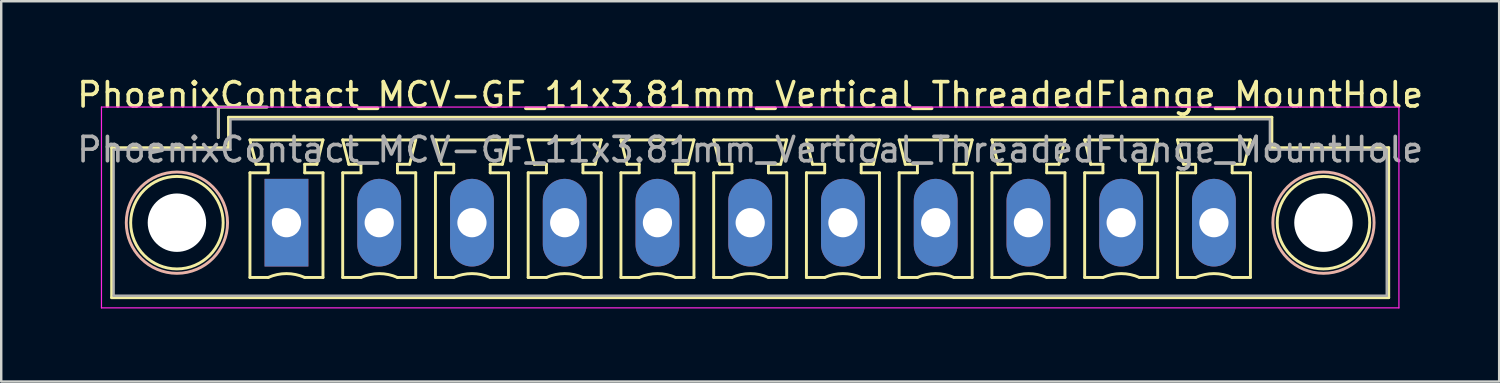
<source format=kicad_pcb>
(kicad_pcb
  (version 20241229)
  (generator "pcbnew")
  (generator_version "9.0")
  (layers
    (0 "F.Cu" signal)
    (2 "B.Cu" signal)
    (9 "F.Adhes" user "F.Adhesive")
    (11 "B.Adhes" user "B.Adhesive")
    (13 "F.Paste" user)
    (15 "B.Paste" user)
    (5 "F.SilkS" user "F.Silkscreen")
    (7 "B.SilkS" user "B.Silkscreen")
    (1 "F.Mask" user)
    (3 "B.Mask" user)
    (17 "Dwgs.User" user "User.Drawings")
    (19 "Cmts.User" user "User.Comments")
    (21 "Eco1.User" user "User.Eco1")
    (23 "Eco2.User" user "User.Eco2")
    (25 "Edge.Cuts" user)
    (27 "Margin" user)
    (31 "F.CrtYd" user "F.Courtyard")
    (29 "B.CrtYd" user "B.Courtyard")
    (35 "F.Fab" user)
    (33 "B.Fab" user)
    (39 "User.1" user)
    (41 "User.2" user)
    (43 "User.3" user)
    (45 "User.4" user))
  (footprint "PhoenixContact_MCV-GF_11x3.81mm_Vertical_ThreadedFlange_MountHole"
    (layer "F.Cu")
    (at 8.718 6.098)
    (property "Reference" "PhoenixContact_MCV-GF_11x3.81mm_Vertical_ThreadedFlange_MountHole" (at 19.05 -5.25 0) (layer "F.SilkS") (effects (font (size 1 1) (thickness 0.15))))
    (attr through_hole)
    (fp_line (start -7.18 -3.08) (end -7.18 3.08) (stroke (width 0.12) (type solid)) (layer "F.SilkS"))
    (fp_line (start -7.18 3.08) (end 45.28 3.08) (stroke (width 0.12) (type solid)) (layer "F.SilkS"))
    (fp_line (start -2.8 -4.75) (end -0.8 -4.75) (stroke (width 0.12) (type solid)) (layer "F.SilkS"))
    (fp_line (start -2.8 -3.5) (end -2.8 -4.75) (stroke (width 0.12) (type solid)) (layer "F.SilkS"))
    (fp_line (start -2.38 -4.33) (end -2.38 -3.08) (stroke (width 0.12) (type solid)) (layer "F.SilkS"))
    (fp_line (start -2.38 -3.08) (end -7.18 -3.08) (stroke (width 0.12) (type solid)) (layer "F.SilkS"))
    (fp_line (start -1.5 -3.4) (end 1.5 -3.4) (stroke (width 0.12) (type solid)) (layer "F.SilkS"))
    (fp_line (start -1.5 -2.05) (end -0.75 -2.05) (stroke (width 0.12) (type solid)) (layer "F.SilkS"))
    (fp_line (start -1.5 2.25) (end -1.5 -2.05) (stroke (width 0.12) (type solid)) (layer "F.SilkS"))
    (fp_line (start -1.25 -2.4) (end -1.5 -3.4) (stroke (width 0.12) (type solid)) (layer "F.SilkS"))
    (fp_line (start -0.75 -2.4) (end -1.25 -2.4) (stroke (width 0.12) (type solid)) (layer "F.SilkS"))
    (fp_line (start -0.75 -2.05) (end -0.75 -2.4) (stroke (width 0.12) (type solid)) (layer "F.SilkS"))
    (fp_line (start -0.75 2.25) (end -1.5 2.25) (stroke (width 0.12) (type solid)) (layer "F.SilkS"))
    (fp_line (start 0.75 -2.4) (end 0.75 -2.05) (stroke (width 0.12) (type solid)) (layer "F.SilkS"))
    (fp_line (start 0.75 -2.05) (end 1.5 -2.05) (stroke (width 0.12) (type solid)) (layer "F.SilkS"))
    (fp_line (start 1.25 -2.4) (end 0.75 -2.4) (stroke (width 0.12) (type solid)) (layer "F.SilkS"))
    (fp_line (start 1.5 -3.4) (end 1.25 -2.4) (stroke (width 0.12) (type solid)) (layer "F.SilkS"))
    (fp_line (start 1.5 -2.05) (end 1.5 2.25) (stroke (width 0.12) (type solid)) (layer "F.SilkS"))
    (fp_line (start 1.5 2.25) (end 0.75 2.25) (stroke (width 0.12) (type solid)) (layer "F.SilkS"))
    (fp_line (start 2.31 -3.4) (end 5.31 -3.4) (stroke (width 0.12) (type solid)) (layer "F.SilkS"))
    (fp_line (start 2.31 -2.05) (end 3.06 -2.05) (stroke (width 0.12) (type solid)) (layer "F.SilkS"))
    (fp_line (start 2.31 2.25) (end 2.31 -2.05) (stroke (width 0.12) (type solid)) (layer "F.SilkS"))
    (fp_line (start 2.56 -2.4) (end 2.31 -3.4) (stroke (width 0.12) (type solid)) (layer "F.SilkS"))
    (fp_line (start 3.06 -2.4) (end 2.56 -2.4) (stroke (width 0.12) (type solid)) (layer "F.SilkS"))
    (fp_line (start 3.06 -2.05) (end 3.06 -2.4) (stroke (width 0.12) (type solid)) (layer "F.SilkS"))
    (fp_line (start 3.06 2.25) (end 2.31 2.25) (stroke (width 0.12) (type solid)) (layer "F.SilkS"))
    (fp_line (start 4.56 -2.4) (end 4.56 -2.05) (stroke (width 0.12) (type solid)) (layer "F.SilkS"))
    (fp_line (start 4.56 -2.05) (end 5.31 -2.05) (stroke (width 0.12) (type solid)) (layer "F.SilkS"))
    (fp_line (start 5.06 -2.4) (end 4.56 -2.4) (stroke (width 0.12) (type solid)) (layer "F.SilkS"))
    (fp_line (start 5.31 -3.4) (end 5.06 -2.4) (stroke (width 0.12) (type solid)) (layer "F.SilkS"))
    (fp_line (start 5.31 -2.05) (end 5.31 2.25) (stroke (width 0.12) (type solid)) (layer "F.SilkS"))
    (fp_line (start 5.31 2.25) (end 4.56 2.25) (stroke (width 0.12) (type solid)) (layer "F.SilkS"))
    (fp_line (start 6.12 -3.4) (end 9.12 -3.4) (stroke (width 0.12) (type solid)) (layer "F.SilkS"))
    (fp_line (start 6.12 -2.05) (end 6.87 -2.05) (stroke (width 0.12) (type solid)) (layer "F.SilkS"))
    (fp_line (start 6.12 2.25) (end 6.12 -2.05) (stroke (width 0.12) (type solid)) (layer "F.SilkS"))
    (fp_line (start 6.37 -2.4) (end 6.12 -3.4) (stroke (width 0.12) (type solid)) (layer "F.SilkS"))
    (fp_line (start 6.87 -2.4) (end 6.37 -2.4) (stroke (width 0.12) (type solid)) (layer "F.SilkS"))
    (fp_line (start 6.87 -2.05) (end 6.87 -2.4) (stroke (width 0.12) (type solid)) (layer "F.SilkS"))
    (fp_line (start 6.87 2.25) (end 6.12 2.25) (stroke (width 0.12) (type solid)) (layer "F.SilkS"))
    (fp_line (start 8.37 -2.4) (end 8.37 -2.05) (stroke (width 0.12) (type solid)) (layer "F.SilkS"))
    (fp_line (start 8.37 -2.05) (end 9.12 -2.05) (stroke (width 0.12) (type solid)) (layer "F.SilkS"))
    (fp_line (start 8.87 -2.4) (end 8.37 -2.4) (stroke (width 0.12) (type solid)) (layer "F.SilkS"))
    (fp_line (start 9.12 -3.4) (end 8.87 -2.4) (stroke (width 0.12) (type solid)) (layer "F.SilkS"))
    (fp_line (start 9.12 -2.05) (end 9.12 2.25) (stroke (width 0.12) (type solid)) (layer "F.SilkS"))
    (fp_line (start 9.12 2.25) (end 8.37 2.25) (stroke (width 0.12) (type solid)) (layer "F.SilkS"))
    (fp_line (start 9.93 -3.4) (end 12.93 -3.4) (stroke (width 0.12) (type solid)) (layer "F.SilkS"))
    (fp_line (start 9.93 -2.05) (end 10.68 -2.05) (stroke (width 0.12) (type solid)) (layer "F.SilkS"))
    (fp_line (start 9.93 2.25) (end 9.93 -2.05) (stroke (width 0.12) (type solid)) (layer "F.SilkS"))
    (fp_line (start 10.18 -2.4) (end 9.93 -3.4) (stroke (width 0.12) (type solid)) (layer "F.SilkS"))
    (fp_line (start 10.68 -2.4) (end 10.18 -2.4) (stroke (width 0.12) (type solid)) (layer "F.SilkS"))
    (fp_line (start 10.68 -2.05) (end 10.68 -2.4) (stroke (width 0.12) (type solid)) (layer "F.SilkS"))
    (fp_line (start 10.68 2.25) (end 9.93 2.25) (stroke (width 0.12) (type solid)) (layer "F.SilkS"))
    (fp_line (start 12.18 -2.4) (end 12.18 -2.05) (stroke (width 0.12) (type solid)) (layer "F.SilkS"))
    (fp_line (start 12.18 -2.05) (end 12.93 -2.05) (stroke (width 0.12) (type solid)) (layer "F.SilkS"))
    (fp_line (start 12.68 -2.4) (end 12.18 -2.4) (stroke (width 0.12) (type solid)) (layer "F.SilkS"))
    (fp_line (start 12.93 -3.4) (end 12.68 -2.4) (stroke (width 0.12) (type solid)) (layer "F.SilkS"))
    (fp_line (start 12.93 -2.05) (end 12.93 2.25) (stroke (width 0.12) (type solid)) (layer "F.SilkS"))
    (fp_line (start 12.93 2.25) (end 12.18 2.25) (stroke (width 0.12) (type solid)) (layer "F.SilkS"))
    (fp_line (start 13.74 -3.4) (end 16.74 -3.4) (stroke (width 0.12) (type solid)) (layer "F.SilkS"))
    (fp_line (start 13.74 -2.05) (end 14.49 -2.05) (stroke (width 0.12) (type solid)) (layer "F.SilkS"))
    (fp_line (start 13.74 2.25) (end 13.74 -2.05) (stroke (width 0.12) (type solid)) (layer "F.SilkS"))
    (fp_line (start 13.99 -2.4) (end 13.74 -3.4) (stroke (width 0.12) (type solid)) (layer "F.SilkS"))
    (fp_line (start 14.49 -2.4) (end 13.99 -2.4) (stroke (width 0.12) (type solid)) (layer "F.SilkS"))
    (fp_line (start 14.49 -2.05) (end 14.49 -2.4) (stroke (width 0.12) (type solid)) (layer "F.SilkS"))
    (fp_line (start 14.49 2.25) (end 13.74 2.25) (stroke (width 0.12) (type solid)) (layer "F.SilkS"))
    (fp_line (start 15.99 -2.4) (end 15.99 -2.05) (stroke (width 0.12) (type solid)) (layer "F.SilkS"))
    (fp_line (start 15.99 -2.05) (end 16.74 -2.05) (stroke (width 0.12) (type solid)) (layer "F.SilkS"))
    (fp_line (start 16.49 -2.4) (end 15.99 -2.4) (stroke (width 0.12) (type solid)) (layer "F.SilkS"))
    (fp_line (start 16.74 -3.4) (end 16.49 -2.4) (stroke (width 0.12) (type solid)) (layer "F.SilkS"))
    (fp_line (start 16.74 -2.05) (end 16.74 2.25) (stroke (width 0.12) (type solid)) (layer "F.SilkS"))
    (fp_line (start 16.74 2.25) (end 15.99 2.25) (stroke (width 0.12) (type solid)) (layer "F.SilkS"))
    (fp_line (start 17.55 -3.4) (end 20.55 -3.4) (stroke (width 0.12) (type solid)) (layer "F.SilkS"))
    (fp_line (start 17.55 -2.05) (end 18.3 -2.05) (stroke (width 0.12) (type solid)) (layer "F.SilkS"))
    (fp_line (start 17.55 2.25) (end 17.55 -2.05) (stroke (width 0.12) (type solid)) (layer "F.SilkS"))
    (fp_line (start 17.8 -2.4) (end 17.55 -3.4) (stroke (width 0.12) (type solid)) (layer "F.SilkS"))
    (fp_line (start 18.3 -2.4) (end 17.8 -2.4) (stroke (width 0.12) (type solid)) (layer "F.SilkS"))
    (fp_line (start 18.3 -2.05) (end 18.3 -2.4) (stroke (width 0.12) (type solid)) (layer "F.SilkS"))
    (fp_line (start 18.3 2.25) (end 17.55 2.25) (stroke (width 0.12) (type solid)) (layer "F.SilkS"))
    (fp_line (start 19.8 -2.4) (end 19.8 -2.05) (stroke (width 0.12) (type solid)) (layer "F.SilkS"))
    (fp_line (start 19.8 -2.05) (end 20.55 -2.05) (stroke (width 0.12) (type solid)) (layer "F.SilkS"))
    (fp_line (start 20.3 -2.4) (end 19.8 -2.4) (stroke (width 0.12) (type solid)) (layer "F.SilkS"))
    (fp_line (start 20.55 -3.4) (end 20.3 -2.4) (stroke (width 0.12) (type solid)) (layer "F.SilkS"))
    (fp_line (start 20.55 -2.05) (end 20.55 2.25) (stroke (width 0.12) (type solid)) (layer "F.SilkS"))
    (fp_line (start 20.55 2.25) (end 19.8 2.25) (stroke (width 0.12) (type solid)) (layer "F.SilkS"))
    (fp_line (start 21.36 -3.4) (end 24.36 -3.4) (stroke (width 0.12) (type solid)) (layer "F.SilkS"))
    (fp_line (start 21.36 -2.05) (end 22.11 -2.05) (stroke (width 0.12) (type solid)) (layer "F.SilkS"))
    (fp_line (start 21.36 2.25) (end 21.36 -2.05) (stroke (width 0.12) (type solid)) (layer "F.SilkS"))
    (fp_line (start 21.61 -2.4) (end 21.36 -3.4) (stroke (width 0.12) (type solid)) (layer "F.SilkS"))
    (fp_line (start 22.11 -2.4) (end 21.61 -2.4) (stroke (width 0.12) (type solid)) (layer "F.SilkS"))
    (fp_line (start 22.11 -2.05) (end 22.11 -2.4) (stroke (width 0.12) (type solid)) (layer "F.SilkS"))
    (fp_line (start 22.11 2.25) (end 21.36 2.25) (stroke (width 0.12) (type solid)) (layer "F.SilkS"))
    (fp_line (start 23.61 -2.4) (end 23.61 -2.05) (stroke (width 0.12) (type solid)) (layer "F.SilkS"))
    (fp_line (start 23.61 -2.05) (end 24.36 -2.05) (stroke (width 0.12) (type solid)) (layer "F.SilkS"))
    (fp_line (start 24.11 -2.4) (end 23.61 -2.4) (stroke (width 0.12) (type solid)) (layer "F.SilkS"))
    (fp_line (start 24.36 -3.4) (end 24.11 -2.4) (stroke (width 0.12) (type solid)) (layer "F.SilkS"))
    (fp_line (start 24.36 -2.05) (end 24.36 2.25) (stroke (width 0.12) (type solid)) (layer "F.SilkS"))
    (fp_line (start 24.36 2.25) (end 23.61 2.25) (stroke (width 0.12) (type solid)) (layer "F.SilkS"))
    (fp_line (start 25.17 -3.4) (end 28.17 -3.4) (stroke (width 0.12) (type solid)) (layer "F.SilkS"))
    (fp_line (start 25.17 -2.05) (end 25.92 -2.05) (stroke (width 0.12) (type solid)) (layer "F.SilkS"))
    (fp_line (start 25.17 2.25) (end 25.17 -2.05) (stroke (width 0.12) (type solid)) (layer "F.SilkS"))
    (fp_line (start 25.42 -2.4) (end 25.17 -3.4) (stroke (width 0.12) (type solid)) (layer "F.SilkS"))
    (fp_line (start 25.92 -2.4) (end 25.42 -2.4) (stroke (width 0.12) (type solid)) (layer "F.SilkS"))
    (fp_line (start 25.92 -2.05) (end 25.92 -2.4) (stroke (width 0.12) (type solid)) (layer "F.SilkS"))
    (fp_line (start 25.92 2.25) (end 25.17 2.25) (stroke (width 0.12) (type solid)) (layer "F.SilkS"))
    (fp_line (start 27.42 -2.4) (end 27.42 -2.05) (stroke (width 0.12) (type solid)) (layer "F.SilkS"))
    (fp_line (start 27.42 -2.05) (end 28.17 -2.05) (stroke (width 0.12) (type solid)) (layer "F.SilkS"))
    (fp_line (start 27.92 -2.4) (end 27.42 -2.4) (stroke (width 0.12) (type solid)) (layer "F.SilkS"))
    (fp_line (start 28.17 -3.4) (end 27.92 -2.4) (stroke (width 0.12) (type solid)) (layer "F.SilkS"))
    (fp_line (start 28.17 -2.05) (end 28.17 2.25) (stroke (width 0.12) (type solid)) (layer "F.SilkS"))
    (fp_line (start 28.17 2.25) (end 27.42 2.25) (stroke (width 0.12) (type solid)) (layer "F.SilkS"))
    (fp_line (start 28.98 -3.4) (end 31.98 -3.4) (stroke (width 0.12) (type solid)) (layer "F.SilkS"))
    (fp_line (start 28.98 -2.05) (end 29.73 -2.05) (stroke (width 0.12) (type solid)) (layer "F.SilkS"))
    (fp_line (start 28.98 2.25) (end 28.98 -2.05) (stroke (width 0.12) (type solid)) (layer "F.SilkS"))
    (fp_line (start 29.23 -2.4) (end 28.98 -3.4) (stroke (width 0.12) (type solid)) (layer "F.SilkS"))
    (fp_line (start 29.73 -2.4) (end 29.23 -2.4) (stroke (width 0.12) (type solid)) (layer "F.SilkS"))
    (fp_line (start 29.73 -2.05) (end 29.73 -2.4) (stroke (width 0.12) (type solid)) (layer "F.SilkS"))
    (fp_line (start 29.73 2.25) (end 28.98 2.25) (stroke (width 0.12) (type solid)) (layer "F.SilkS"))
    (fp_line (start 31.23 -2.4) (end 31.23 -2.05) (stroke (width 0.12) (type solid)) (layer "F.SilkS"))
    (fp_line (start 31.23 -2.05) (end 31.98 -2.05) (stroke (width 0.12) (type solid)) (layer "F.SilkS"))
    (fp_line (start 31.73 -2.4) (end 31.23 -2.4) (stroke (width 0.12) (type solid)) (layer "F.SilkS"))
    (fp_line (start 31.98 -3.4) (end 31.73 -2.4) (stroke (width 0.12) (type solid)) (layer "F.SilkS"))
    (fp_line (start 31.98 -2.05) (end 31.98 2.25) (stroke (width 0.12) (type solid)) (layer "F.SilkS"))
    (fp_line (start 31.98 2.25) (end 31.23 2.25) (stroke (width 0.12) (type solid)) (layer "F.SilkS"))
    (fp_line (start 32.79 -3.4) (end 35.79 -3.4) (stroke (width 0.12) (type solid)) (layer "F.SilkS"))
    (fp_line (start 32.79 -2.05) (end 33.54 -2.05) (stroke (width 0.12) (type solid)) (layer "F.SilkS"))
    (fp_line (start 32.79 2.25) (end 32.79 -2.05) (stroke (width 0.12) (type solid)) (layer "F.SilkS"))
    (fp_line (start 33.04 -2.4) (end 32.79 -3.4) (stroke (width 0.12) (type solid)) (layer "F.SilkS"))
    (fp_line (start 33.54 -2.4) (end 33.04 -2.4) (stroke (width 0.12) (type solid)) (layer "F.SilkS"))
    (fp_line (start 33.54 -2.05) (end 33.54 -2.4) (stroke (width 0.12) (type solid)) (layer "F.SilkS"))
    (fp_line (start 33.54 2.25) (end 32.79 2.25) (stroke (width 0.12) (type solid)) (layer "F.SilkS"))
    (fp_line (start 35.04 -2.4) (end 35.04 -2.05) (stroke (width 0.12) (type solid)) (layer "F.SilkS"))
    (fp_line (start 35.04 -2.05) (end 35.79 -2.05) (stroke (width 0.12) (type solid)) (layer "F.SilkS"))
    (fp_line (start 35.54 -2.4) (end 35.04 -2.4) (stroke (width 0.12) (type solid)) (layer "F.SilkS"))
    (fp_line (start 35.79 -3.4) (end 35.54 -2.4) (stroke (width 0.12) (type solid)) (layer "F.SilkS"))
    (fp_line (start 35.79 -2.05) (end 35.79 2.25) (stroke (width 0.12) (type solid)) (layer "F.SilkS"))
    (fp_line (start 35.79 2.25) (end 35.04 2.25) (stroke (width 0.12) (type solid)) (layer "F.SilkS"))
    (fp_line (start 36.6 -3.4) (end 39.6 -3.4) (stroke (width 0.12) (type solid)) (layer "F.SilkS"))
    (fp_line (start 36.6 -2.05) (end 37.35 -2.05) (stroke (width 0.12) (type solid)) (layer "F.SilkS"))
    (fp_line (start 36.6 2.25) (end 36.6 -2.05) (stroke (width 0.12) (type solid)) (layer "F.SilkS"))
    (fp_line (start 36.85 -2.4) (end 36.6 -3.4) (stroke (width 0.12) (type solid)) (layer "F.SilkS"))
    (fp_line (start 37.35 -2.4) (end 36.85 -2.4) (stroke (width 0.12) (type solid)) (layer "F.SilkS"))
    (fp_line (start 37.35 -2.05) (end 37.35 -2.4) (stroke (width 0.12) (type solid)) (layer "F.SilkS"))
    (fp_line (start 37.35 2.25) (end 36.6 2.25) (stroke (width 0.12) (type solid)) (layer "F.SilkS"))
    (fp_line (start 38.85 -2.4) (end 38.85 -2.05) (stroke (width 0.12) (type solid)) (layer "F.SilkS"))
    (fp_line (start 38.85 -2.05) (end 39.6 -2.05) (stroke (width 0.12) (type solid)) (layer "F.SilkS"))
    (fp_line (start 39.35 -2.4) (end 38.85 -2.4) (stroke (width 0.12) (type solid)) (layer "F.SilkS"))
    (fp_line (start 39.6 -3.4) (end 39.35 -2.4) (stroke (width 0.12) (type solid)) (layer "F.SilkS"))
    (fp_line (start 39.6 -2.05) (end 39.6 2.25) (stroke (width 0.12) (type solid)) (layer "F.SilkS"))
    (fp_line (start 39.6 2.25) (end 38.85 2.25) (stroke (width 0.12) (type solid)) (layer "F.SilkS"))
    (fp_line (start 40.48 -4.33) (end -2.38 -4.33) (stroke (width 0.12) (type solid)) (layer "F.SilkS"))
    (fp_line (start 40.48 -3.08) (end 40.48 -4.33) (stroke (width 0.12) (type solid)) (layer "F.SilkS"))
    (fp_line (start 45.28 -3.08) (end 40.48 -3.08) (stroke (width 0.12) (type solid)) (layer "F.SilkS"))
    (fp_line (start 45.28 3.08) (end 45.28 -3.08) (stroke (width 0.12) (type solid)) (layer "F.SilkS"))
    (fp_arc (start -0.75 2.25) (mid -0.000193 2.09191) (end 0.749647 2.249844) (stroke (width 0.12) (type solid)) (layer "F.SilkS"))
    (fp_arc (start 3.06 2.25) (mid 3.809807 2.09191) (end 4.559647 2.249844) (stroke (width 0.12) (type solid)) (layer "F.SilkS"))
    (fp_arc (start 6.87 2.25) (mid 7.619807 2.09191) (end 8.369647 2.249844) (stroke (width 0.12) (type solid)) (layer "F.SilkS"))
    (fp_arc (start 10.68 2.25) (mid 11.429807 2.09191) (end 12.179647 2.249844) (stroke (width 0.12) (type solid)) (layer "F.SilkS"))
    (fp_arc (start 14.49 2.25) (mid 15.239807 2.09191) (end 15.989647 2.249844) (stroke (width 0.12) (type solid)) (layer "F.SilkS"))
    (fp_arc (start 18.3 2.25) (mid 19.049807 2.09191) (end 19.799647 2.249844) (stroke (width 0.12) (type solid)) (layer "F.SilkS"))
    (fp_arc (start 22.11 2.25) (mid 22.859807 2.09191) (end 23.609647 2.249844) (stroke (width 0.12) (type solid)) (layer "F.SilkS"))
    (fp_arc (start 25.92 2.25) (mid 26.669807 2.09191) (end 27.419647 2.249844) (stroke (width 0.12) (type solid)) (layer "F.SilkS"))
    (fp_arc (start 29.73 2.25) (mid 30.479807 2.09191) (end 31.229647 2.249844) (stroke (width 0.12) (type solid)) (layer "F.SilkS"))
    (fp_arc (start 33.54 2.25) (mid 34.289807 2.09191) (end 35.039647 2.249844) (stroke (width 0.12) (type solid)) (layer "F.SilkS"))
    (fp_arc (start 37.35 2.25) (mid 38.099807 2.09191) (end 38.849647 2.249844) (stroke (width 0.12) (type solid)) (layer "F.SilkS"))
    (fp_circle (center -4.5 0) (end -2.6 0) (stroke (width 0.12) (type solid)) (fill no) (layer "F.SilkS"))
    (fp_circle (center 42.6 0) (end 44.5 0) (stroke (width 0.12) (type solid)) (fill no) (layer "F.SilkS"))
    (fp_circle (center -4.5 0) (end -2.42 0) (stroke (width 0.12) (type solid)) (fill no) (layer "B.SilkS"))
    (fp_circle (center 42.6 0) (end 44.68 0) (stroke (width 0.12) (type solid)) (fill no) (layer "B.SilkS"))
    (fp_line (start -7.6 -4.75) (end -7.6 3.5) (stroke (width 0.05) (type solid)) (layer "F.CrtYd"))
    (fp_line (start -7.6 3.5) (end 45.7 3.5) (stroke (width 0.05) (type solid)) (layer "F.CrtYd"))
    (fp_line (start 45.7 -4.75) (end -7.6 -4.75) (stroke (width 0.05) (type solid)) (layer "F.CrtYd"))
    (fp_line (start 45.7 3.5) (end 45.7 -4.75) (stroke (width 0.05) (type solid)) (layer "F.CrtYd"))
    (fp_line (start -7.1 -3) (end -7.1 3) (stroke (width 0.1) (type solid)) (layer "F.Fab"))
    (fp_line (start -7.1 3) (end 45.2 3) (stroke (width 0.1) (type solid)) (layer "F.Fab"))
    (fp_line (start -2.8 -4.75) (end -0.8 -4.75) (stroke (width 0.1) (type solid)) (layer "F.Fab"))
    (fp_line (start -2.8 -3.5) (end -2.8 -4.75) (stroke (width 0.1) (type solid)) (layer "F.Fab"))
    (fp_line (start -2.3 -4.25) (end -2.3 -3) (stroke (width 0.1) (type solid)) (layer "F.Fab"))
    (fp_line (start -2.3 -3) (end -7.1 -3) (stroke (width 0.1) (type solid)) (layer "F.Fab"))
    (fp_line (start 40.4 -4.25) (end -2.3 -4.25) (stroke (width 0.1) (type solid)) (layer "F.Fab"))
    (fp_line (start 40.4 -3) (end 40.4 -4.25) (stroke (width 0.1) (type solid)) (layer "F.Fab"))
    (fp_line (start 45.2 -3) (end 40.4 -3) (stroke (width 0.1) (type solid)) (layer "F.Fab"))
    (fp_line (start 45.2 3) (end 45.2 -3) (stroke (width 0.1) (type solid)) (layer "F.Fab"))
    (fp_text user "${REFERENCE}" (at 19.05 -3 0) (layer "F.Fab") (effects (font (size 1 1) (thickness 0.15))))
    (pad "" np_thru_hole circle (at -4.5 0) (size 2.4 2.4) (drill 2.4) (layers "*.Cu" "*.Mask"))
    (pad "" np_thru_hole circle (at 42.6 0) (size 2.4 2.4) (drill 2.4) (layers "*.Cu" "*.Mask"))
    (pad "1" thru_hole rect (at 0 0) (size 1.8 3.6) (drill 1.2) (layers "*.Cu" "*.Mask"))
    (pad "2" thru_hole oval (at 3.81 0) (size 1.8 3.6) (drill 1.2) (layers "*.Cu" "*.Mask"))
    (pad "3" thru_hole oval (at 7.62 0) (size 1.8 3.6) (drill 1.2) (layers "*.Cu" "*.Mask"))
    (pad "4" thru_hole oval (at 11.43 0) (size 1.8 3.6) (drill 1.2) (layers "*.Cu" "*.Mask"))
    (pad "5" thru_hole oval (at 15.24 0) (size 1.8 3.6) (drill 1.2) (layers "*.Cu" "*.Mask"))
    (pad "6" thru_hole oval (at 19.05 0) (size 1.8 3.6) (drill 1.2) (layers "*.Cu" "*.Mask"))
    (pad "7" thru_hole oval (at 22.86 0) (size 1.8 3.6) (drill 1.2) (layers "*.Cu" "*.Mask"))
    (pad "8" thru_hole oval (at 26.67 0) (size 1.8 3.6) (drill 1.2) (layers "*.Cu" "*.Mask"))
    (pad "9" thru_hole oval (at 30.48 0) (size 1.8 3.6) (drill 1.2) (layers "*.Cu" "*.Mask"))
    (pad "10" thru_hole oval (at 34.29 0) (size 1.8 3.6) (drill 1.2) (layers "*.Cu" "*.Mask"))
    (pad "11" thru_hole oval (at 38.1 0) (size 1.8 3.6) (drill 1.2) (layers "*.Cu" "*.Mask")))
  (gr_rect
    (start -3 -3)
    (end 58.536 12.623)
    (stroke (width 0.1) (type default))
    (fill no)
    (layer "Edge.Cuts")))
</source>
